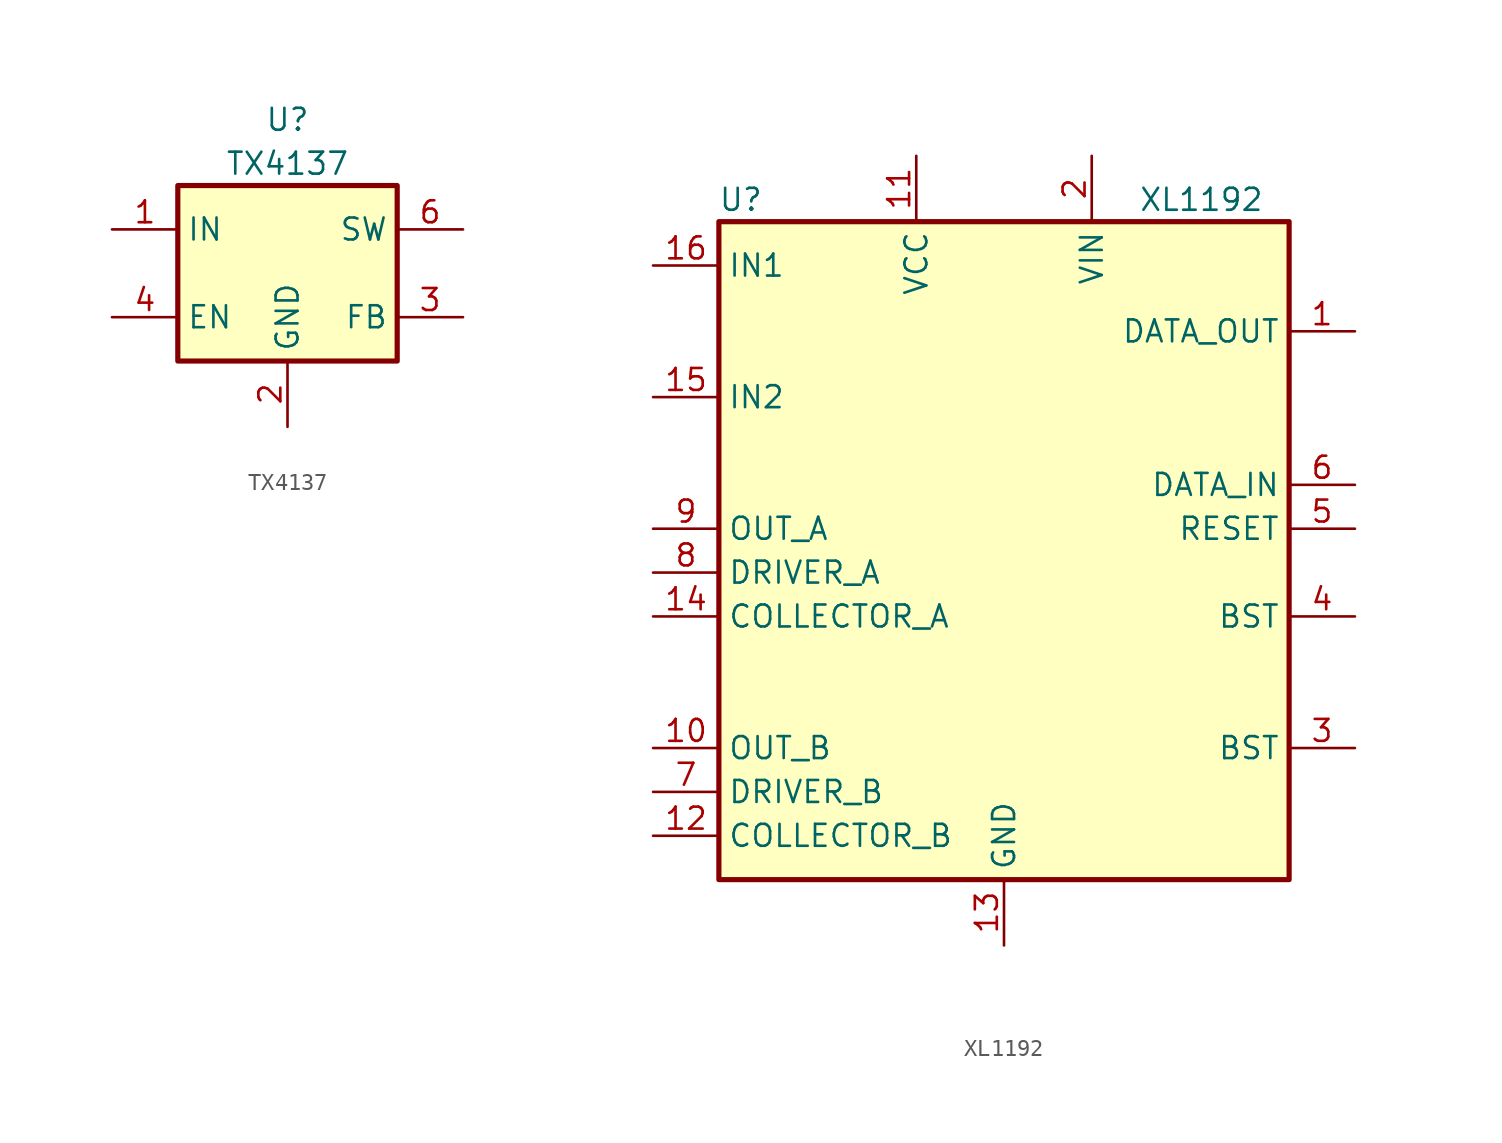
<source format=kicad_sym>
(kicad_symbol_lib
  (version 20211014)
  (generator kicad_symbol_editor)
  (symbol "TX4137"
    (property "Reference" "U"
      (at 0 8.89 0)
      (effects (font (size 1.27 1.27))))
    (property "Value" "TX4137"
      (at 0 6.35 0)
      (effects (font (size 1.27 1.27))))
    (symbol "TX4137_0_1"
      (rectangle (start -6.35 5.08) (end 6.35 -5.08) (stroke (width 0.3) (type default) (color 0 0 0 0)) (fill (type background))))
    (symbol "TX4137_1_1"
      (pin input line (at -10.16 2.54 0) (length 3.81) (name "IN" (effects (font (size 1.27 1.27)))) (number "1" (effects (font (size 1.27 1.27)))))
      (pin no_connect line (at 10.16 0 180) (length 3.81) hide (name "NC" (effects (font (size 1.27 1.27)))) (number "1" (effects (font (size 1.27 1.27)))))
      (pin input line (at 0 -8.89 90) (length 3.81) (name "GND" (effects (font (size 1.27 1.27)))) (number "2" (effects (font (size 1.27 1.27)))))
      (pin input line (at 10.16 -2.54 180) (length 3.81) (name "FB" (effects (font (size 1.27 1.27)))) (number "3" (effects (font (size 1.27 1.27)))))
      (pin input line (at -10.16 -2.54 0) (length 3.81) (name "EN" (effects (font (size 1.27 1.27)))) (number "4" (effects (font (size 1.27 1.27)))))
      (pin input line (at 10.16 2.54 180) (length 3.81) (name "SW" (effects (font (size 1.27 1.27)))) (number "6" (effects (font (size 1.27 1.27)))))))
  (symbol "XL1192"
    (property "Reference" "U"
      (at -33.02 5.08 0)
      (effects (font (size 1.27 1.27))))
    (property "Value" "XL1192"
      (at -6.35 5.08 0)
      (effects (font (size 1.27 1.27))))
    (symbol "XL1192_0_1"
      (rectangle (start -34.29 3.81) (end -1.27 -34.29) (stroke (width 0.3) (type default) (color 0 0 0 0)) (fill (type background))))
    (symbol "XL1192_1_1"
      (pin output line (at 2.54 -2.54 180) (length 3.81) (name "DATA_OUT" (effects (font (size 1.27 1.27)))) (number "1" (effects (font (size 1.27 1.27)))))
      (pin output line (at -38.1 -26.67 0) (length 3.81) (name "OUT_B" (effects (font (size 1.27 1.27)))) (number "10" (effects (font (size 1.27 1.27)))))
      (pin input line (at -22.86 7.62 270) (length 3.81) (name "VCC" (effects (font (size 1.27 1.27)))) (number "11" (effects (font (size 1.27 1.27)))))
      (pin open_collector line (at -38.1 -31.75 0) (length 3.81) (name "COLLECTOR_B" (effects (font (size 1.27 1.27)))) (number "12" (effects (font (size 1.27 1.27)))))
      (pin input line (at -17.78 -38.1 90) (length 3.81) (name "GND" (effects (font (size 1.27 1.27)))) (number "13" (effects (font (size 1.27 1.27)))))
      (pin open_collector line (at -38.1 -19.05 0) (length 3.81) (name "COLLECTOR_A" (effects (font (size 1.27 1.27)))) (number "14" (effects (font (size 1.27 1.27)))))
      (pin input line (at -38.1 -6.35 0) (length 3.81) (name "IN2" (effects (font (size 1.27 1.27)))) (number "15" (effects (font (size 1.27 1.27)))))
      (pin input line (at -38.1 1.27 0) (length 3.81) (name "IN1" (effects (font (size 1.27 1.27)))) (number "16" (effects (font (size 1.27 1.27)))))
      (pin power_in line (at -12.7 7.62 270) (length 3.81) (name "VIN" (effects (font (size 1.27 1.27)))) (number "2" (effects (font (size 1.27 1.27)))))
      (pin input line (at 2.54 -26.67 180) (length 3.81) (name "BST" (effects (font (size 1.27 1.27)))) (number "3" (effects (font (size 1.27 1.27)))))
      (pin output line (at 2.54 -19.05 180) (length 3.81) (name "BST" (effects (font (size 1.27 1.27)))) (number "4" (effects (font (size 1.27 1.27)))))
      (pin input line (at 2.54 -13.97 180) (length 3.81) (name "RESET" (effects (font (size 1.27 1.27)))) (number "5" (effects (font (size 1.27 1.27)))))
      (pin input line (at 2.54 -11.43 180) (length 3.81) (name "DATA_IN" (effects (font (size 1.27 1.27)))) (number "6" (effects (font (size 1.27 1.27)))))
      (pin input line (at -38.1 -29.21 0) (length 3.81) (name "DRIVER_B" (effects (font (size 1.27 1.27)))) (number "7" (effects (font (size 1.27 1.27)))))
      (pin input line (at -38.1 -16.51 0) (length 3.81) (name "DRIVER_A" (effects (font (size 1.27 1.27)))) (number "8" (effects (font (size 1.27 1.27)))))
      (pin output line (at -38.1 -13.97 0) (length 3.81) (name "OUT_A" (effects (font (size 1.27 1.27)))) (number "9" (effects (font (size 1.27 1.27))))))))
</source>
